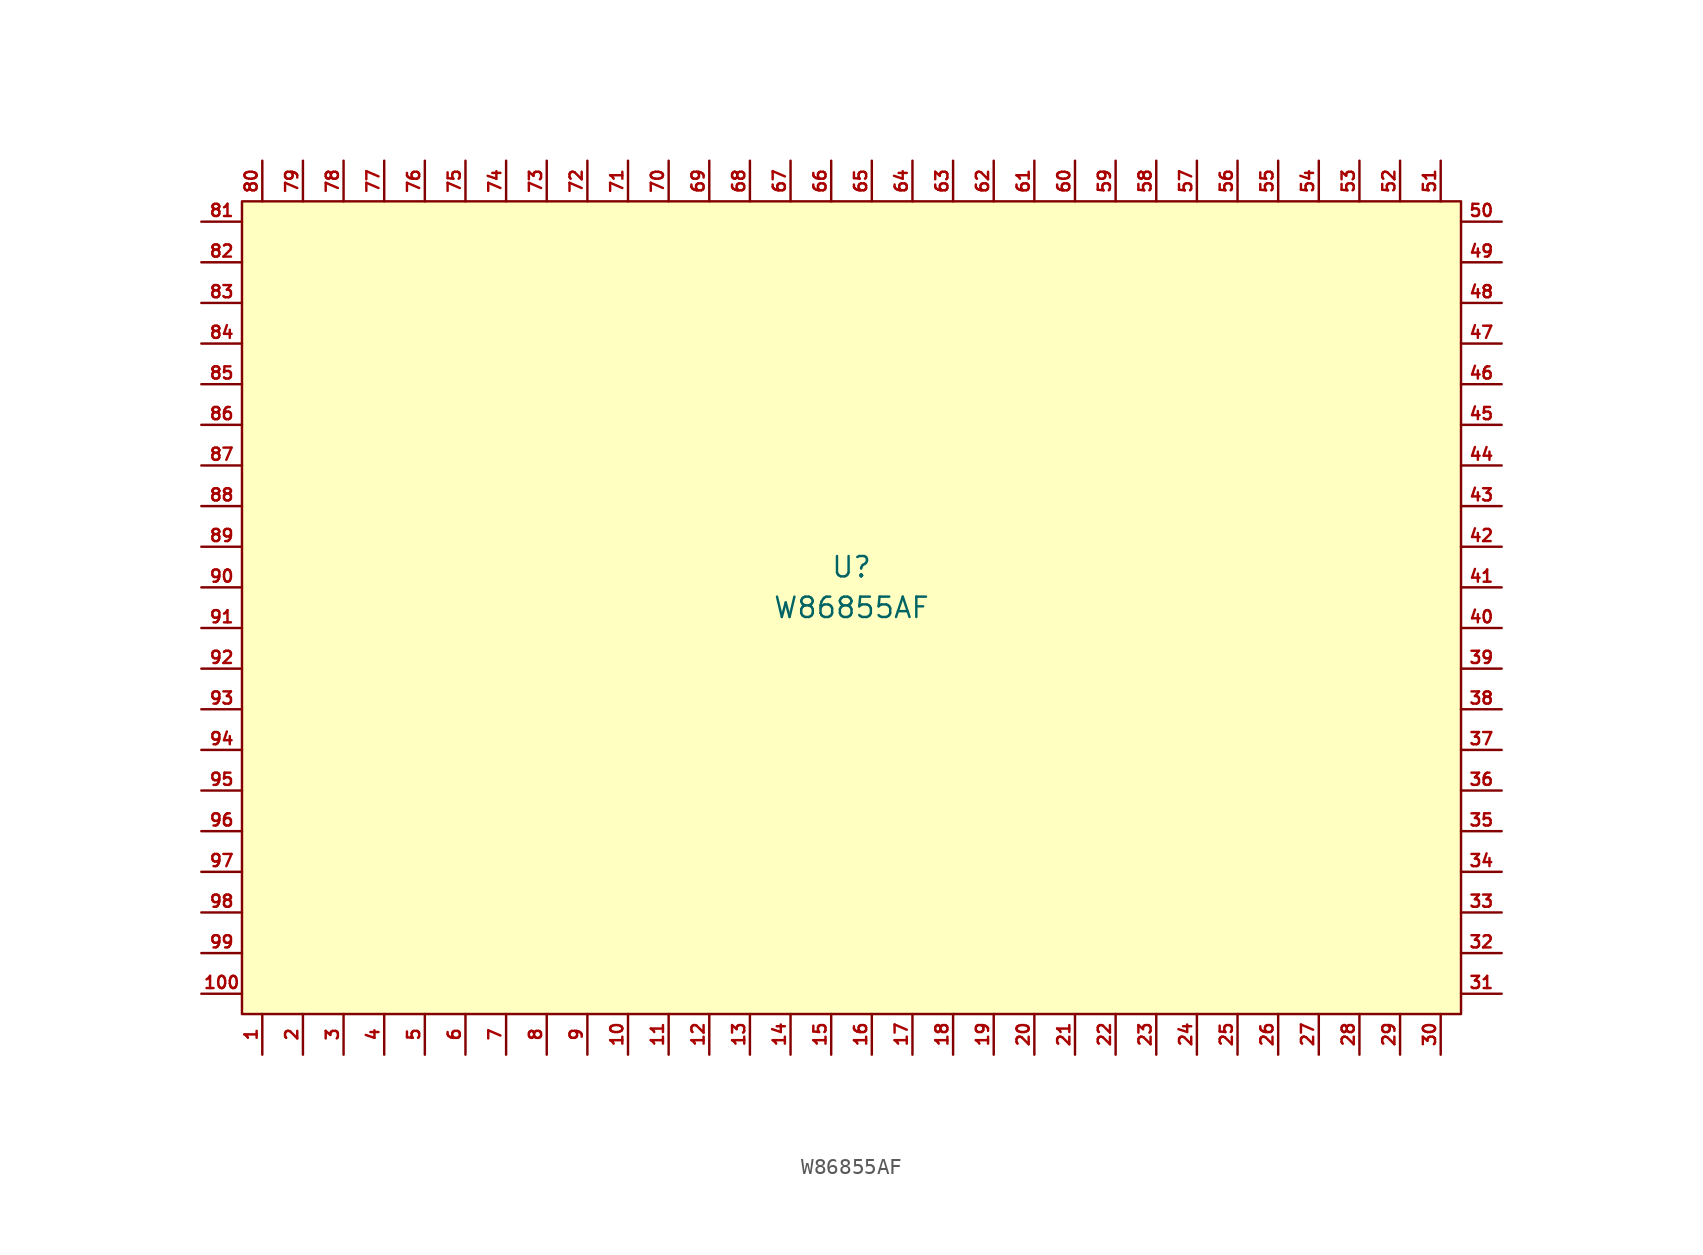
<source format=kicad_sym>
(kicad_symbol_lib
  (version 20231120)
  (generator "kicad_symbol_editor")
  (generator_version "8.0")
  (symbol "W86855AF"
    (property "Reference" "U"
      (at 0 2.54 0)
      (effects (font (size 1.27 1.27))))
    (property "Value" "W86855AF"
      (at 0 0 0)
      (effects (font (size 1.27 1.27))))
    (symbol "W86855AF_1_1"
      (rectangle (start -38.1 25.4) (end 38.1 -25.4) (stroke (width 0) (type default)) (fill (type background)))
      (pin passive line (at -36.83 -27.94 90) (length 2.54) (name "" (effects (font (size 1.27 1.27)))) (number "1" (effects (font (size 0.762 0.762)))))
      (pin passive line (at -13.97 -27.94 90) (length 2.54) (name "" (effects (font (size 1.27 1.27)))) (number "10" (effects (font (size 0.762 0.762)))))
      (pin passive line (at -40.64 -24.13 0) (length 2.54) (name "" (effects (font (size 1.27 1.27)))) (number "100" (effects (font (size 0.762 0.762)))))
      (pin passive line (at -11.43 -27.94 90) (length 2.54) (name "" (effects (font (size 1.27 1.27)))) (number "11" (effects (font (size 0.762 0.762)))))
      (pin passive line (at -8.89 -27.94 90) (length 2.54) (name "" (effects (font (size 1.27 1.27)))) (number "12" (effects (font (size 0.762 0.762)))))
      (pin passive line (at -6.35 -27.94 90) (length 2.54) (name "" (effects (font (size 1.27 1.27)))) (number "13" (effects (font (size 0.762 0.762)))))
      (pin passive line (at -3.81 -27.94 90) (length 2.54) (name "" (effects (font (size 1.27 1.27)))) (number "14" (effects (font (size 0.762 0.762)))))
      (pin passive line (at -1.27 -27.94 90) (length 2.54) (name "" (effects (font (size 1.27 1.27)))) (number "15" (effects (font (size 0.762 0.762)))))
      (pin passive line (at 1.27 -27.94 90) (length 2.54) (name "" (effects (font (size 1.27 1.27)))) (number "16" (effects (font (size 0.762 0.762)))))
      (pin passive line (at 3.81 -27.94 90) (length 2.54) (name "" (effects (font (size 1.27 1.27)))) (number "17" (effects (font (size 0.762 0.762)))))
      (pin passive line (at 6.35 -27.94 90) (length 2.54) (name "" (effects (font (size 1.27 1.27)))) (number "18" (effects (font (size 0.762 0.762)))))
      (pin passive line (at 8.89 -27.94 90) (length 2.54) (name "" (effects (font (size 1.27 1.27)))) (number "19" (effects (font (size 0.762 0.762)))))
      (pin passive line (at -34.29 -27.94 90) (length 2.54) (name "" (effects (font (size 1.27 1.27)))) (number "2" (effects (font (size 0.762 0.762)))))
      (pin passive line (at 11.43 -27.94 90) (length 2.54) (name "" (effects (font (size 1.27 1.27)))) (number "20" (effects (font (size 0.762 0.762)))))
      (pin passive line (at 13.97 -27.94 90) (length 2.54) (name "" (effects (font (size 1.27 1.27)))) (number "21" (effects (font (size 0.762 0.762)))))
      (pin passive line (at 16.51 -27.94 90) (length 2.54) (name "" (effects (font (size 1.27 1.27)))) (number "22" (effects (font (size 0.762 0.762)))))
      (pin passive line (at 19.05 -27.94 90) (length 2.54) (name "" (effects (font (size 1.27 1.27)))) (number "23" (effects (font (size 0.762 0.762)))))
      (pin passive line (at 21.59 -27.94 90) (length 2.54) (name "" (effects (font (size 1.27 1.27)))) (number "24" (effects (font (size 0.762 0.762)))))
      (pin passive line (at 24.13 -27.94 90) (length 2.54) (name "" (effects (font (size 1.27 1.27)))) (number "25" (effects (font (size 0.762 0.762)))))
      (pin passive line (at 26.67 -27.94 90) (length 2.54) (name "" (effects (font (size 1.27 1.27)))) (number "26" (effects (font (size 0.762 0.762)))))
      (pin passive line (at 29.21 -27.94 90) (length 2.54) (name "" (effects (font (size 1.27 1.27)))) (number "27" (effects (font (size 0.762 0.762)))))
      (pin passive line (at 31.75 -27.94 90) (length 2.54) (name "" (effects (font (size 1.27 1.27)))) (number "28" (effects (font (size 0.762 0.762)))))
      (pin passive line (at 34.29 -27.94 90) (length 2.54) (name "" (effects (font (size 1.27 1.27)))) (number "29" (effects (font (size 0.762 0.762)))))
      (pin passive line (at -31.75 -27.94 90) (length 2.54) (name "" (effects (font (size 1.27 1.27)))) (number "3" (effects (font (size 0.762 0.762)))))
      (pin passive line (at 36.83 -27.94 90) (length 2.54) (name "" (effects (font (size 1.27 1.27)))) (number "30" (effects (font (size 0.762 0.762)))))
      (pin passive line (at 40.64 -24.13 180) (length 2.54) (name "" (effects (font (size 1.27 1.27)))) (number "31" (effects (font (size 0.762 0.762)))))
      (pin passive line (at 40.64 -21.59 180) (length 2.54) (name "" (effects (font (size 1.27 1.27)))) (number "32" (effects (font (size 0.762 0.762)))))
      (pin passive line (at 40.64 -19.05 180) (length 2.54) (name "" (effects (font (size 1.27 1.27)))) (number "33" (effects (font (size 0.762 0.762)))))
      (pin passive line (at 40.64 -16.51 180) (length 2.54) (name "" (effects (font (size 1.27 1.27)))) (number "34" (effects (font (size 0.762 0.762)))))
      (pin passive line (at 40.64 -13.97 180) (length 2.54) (name "" (effects (font (size 1.27 1.27)))) (number "35" (effects (font (size 0.762 0.762)))))
      (pin passive line (at 40.64 -11.43 180) (length 2.54) (name "" (effects (font (size 1.27 1.27)))) (number "36" (effects (font (size 0.762 0.762)))))
      (pin passive line (at 40.64 -8.89 180) (length 2.54) (name "" (effects (font (size 1.27 1.27)))) (number "37" (effects (font (size 0.762 0.762)))))
      (pin passive line (at 40.64 -6.35 180) (length 2.54) (name "" (effects (font (size 1.27 1.27)))) (number "38" (effects (font (size 0.762 0.762)))))
      (pin passive line (at 40.64 -3.81 180) (length 2.54) (name "" (effects (font (size 1.27 1.27)))) (number "39" (effects (font (size 0.762 0.762)))))
      (pin passive line (at -29.21 -27.94 90) (length 2.54) (name "" (effects (font (size 1.27 1.27)))) (number "4" (effects (font (size 0.762 0.762)))))
      (pin passive line (at 40.64 -1.27 180) (length 2.54) (name "" (effects (font (size 1.27 1.27)))) (number "40" (effects (font (size 0.762 0.762)))))
      (pin passive line (at 40.64 1.27 180) (length 2.54) (name "" (effects (font (size 1.27 1.27)))) (number "41" (effects (font (size 0.762 0.762)))))
      (pin passive line (at 40.64 3.81 180) (length 2.54) (name "" (effects (font (size 1.27 1.27)))) (number "42" (effects (font (size 0.762 0.762)))))
      (pin passive line (at 40.64 6.35 180) (length 2.54) (name "" (effects (font (size 1.27 1.27)))) (number "43" (effects (font (size 0.762 0.762)))))
      (pin passive line (at 40.64 8.89 180) (length 2.54) (name "" (effects (font (size 1.27 1.27)))) (number "44" (effects (font (size 0.762 0.762)))))
      (pin passive line (at 40.64 11.43 180) (length 2.54) (name "" (effects (font (size 1.27 1.27)))) (number "45" (effects (font (size 0.762 0.762)))))
      (pin passive line (at 40.64 13.97 180) (length 2.54) (name "" (effects (font (size 1.27 1.27)))) (number "46" (effects (font (size 0.762 0.762)))))
      (pin passive line (at 40.64 16.51 180) (length 2.54) (name "" (effects (font (size 1.27 1.27)))) (number "47" (effects (font (size 0.762 0.762)))))
      (pin passive line (at 40.64 19.05 180) (length 2.54) (name "" (effects (font (size 1.27 1.27)))) (number "48" (effects (font (size 0.762 0.762)))))
      (pin passive line (at 40.64 21.59 180) (length 2.54) (name "" (effects (font (size 1.27 1.27)))) (number "49" (effects (font (size 0.762 0.762)))))
      (pin passive line (at -26.67 -27.94 90) (length 2.54) (name "" (effects (font (size 1.27 1.27)))) (number "5" (effects (font (size 0.762 0.762)))))
      (pin passive line (at 40.64 24.13 180) (length 2.54) (name "" (effects (font (size 1.27 1.27)))) (number "50" (effects (font (size 0.762 0.762)))))
      (pin passive line (at 36.83 27.94 270) (length 2.54) (name "" (effects (font (size 1.27 1.27)))) (number "51" (effects (font (size 0.762 0.762)))))
      (pin passive line (at 34.29 27.94 270) (length 2.54) (name "" (effects (font (size 1.27 1.27)))) (number "52" (effects (font (size 0.762 0.762)))))
      (pin passive line (at 31.75 27.94 270) (length 2.54) (name "" (effects (font (size 1.27 1.27)))) (number "53" (effects (font (size 0.762 0.762)))))
      (pin passive line (at 29.21 27.94 270) (length 2.54) (name "" (effects (font (size 1.27 1.27)))) (number "54" (effects (font (size 0.762 0.762)))))
      (pin passive line (at 26.67 27.94 270) (length 2.54) (name "" (effects (font (size 1.27 1.27)))) (number "55" (effects (font (size 0.762 0.762)))))
      (pin passive line (at 24.13 27.94 270) (length 2.54) (name "" (effects (font (size 1.27 1.27)))) (number "56" (effects (font (size 0.762 0.762)))))
      (pin passive line (at 21.59 27.94 270) (length 2.54) (name "" (effects (font (size 1.27 1.27)))) (number "57" (effects (font (size 0.762 0.762)))))
      (pin passive line (at 19.05 27.94 270) (length 2.54) (name "" (effects (font (size 1.27 1.27)))) (number "58" (effects (font (size 0.762 0.762)))))
      (pin passive line (at 16.51 27.94 270) (length 2.54) (name "" (effects (font (size 1.27 1.27)))) (number "59" (effects (font (size 0.762 0.762)))))
      (pin passive line (at -24.13 -27.94 90) (length 2.54) (name "" (effects (font (size 1.27 1.27)))) (number "6" (effects (font (size 0.762 0.762)))))
      (pin passive line (at 13.97 27.94 270) (length 2.54) (name "" (effects (font (size 1.27 1.27)))) (number "60" (effects (font (size 0.762 0.762)))))
      (pin passive line (at 11.43 27.94 270) (length 2.54) (name "" (effects (font (size 1.27 1.27)))) (number "61" (effects (font (size 0.762 0.762)))))
      (pin passive line (at 8.89 27.94 270) (length 2.54) (name "" (effects (font (size 1.27 1.27)))) (number "62" (effects (font (size 0.762 0.762)))))
      (pin passive line (at 6.35 27.94 270) (length 2.54) (name "" (effects (font (size 1.27 1.27)))) (number "63" (effects (font (size 0.762 0.762)))))
      (pin passive line (at 3.81 27.94 270) (length 2.54) (name "" (effects (font (size 1.27 1.27)))) (number "64" (effects (font (size 0.762 0.762)))))
      (pin passive line (at 1.27 27.94 270) (length 2.54) (name "" (effects (font (size 1.27 1.27)))) (number "65" (effects (font (size 0.762 0.762)))))
      (pin passive line (at -1.27 27.94 270) (length 2.54) (name "" (effects (font (size 1.27 1.27)))) (number "66" (effects (font (size 0.762 0.762)))))
      (pin passive line (at -3.81 27.94 270) (length 2.54) (name "" (effects (font (size 1.27 1.27)))) (number "67" (effects (font (size 0.762 0.762)))))
      (pin passive line (at -6.35 27.94 270) (length 2.54) (name "" (effects (font (size 1.27 1.27)))) (number "68" (effects (font (size 0.762 0.762)))))
      (pin passive line (at -8.89 27.94 270) (length 2.54) (name "" (effects (font (size 1.27 1.27)))) (number "69" (effects (font (size 0.762 0.762)))))
      (pin passive line (at -21.59 -27.94 90) (length 2.54) (name "" (effects (font (size 1.27 1.27)))) (number "7" (effects (font (size 0.762 0.762)))))
      (pin passive line (at -11.43 27.94 270) (length 2.54) (name "" (effects (font (size 1.27 1.27)))) (number "70" (effects (font (size 0.762 0.762)))))
      (pin passive line (at -13.97 27.94 270) (length 2.54) (name "" (effects (font (size 1.27 1.27)))) (number "71" (effects (font (size 0.762 0.762)))))
      (pin passive line (at -16.51 27.94 270) (length 2.54) (name "" (effects (font (size 1.27 1.27)))) (number "72" (effects (font (size 0.762 0.762)))))
      (pin passive line (at -19.05 27.94 270) (length 2.54) (name "" (effects (font (size 1.27 1.27)))) (number "73" (effects (font (size 0.762 0.762)))))
      (pin passive line (at -21.59 27.94 270) (length 2.54) (name "" (effects (font (size 1.27 1.27)))) (number "74" (effects (font (size 0.762 0.762)))))
      (pin passive line (at -24.13 27.94 270) (length 2.54) (name "" (effects (font (size 1.27 1.27)))) (number "75" (effects (font (size 0.762 0.762)))))
      (pin passive line (at -26.67 27.94 270) (length 2.54) (name "" (effects (font (size 1.27 1.27)))) (number "76" (effects (font (size 0.762 0.762)))))
      (pin passive line (at -29.21 27.94 270) (length 2.54) (name "" (effects (font (size 1.27 1.27)))) (number "77" (effects (font (size 0.762 0.762)))))
      (pin passive line (at -31.75 27.94 270) (length 2.54) (name "" (effects (font (size 1.27 1.27)))) (number "78" (effects (font (size 0.762 0.762)))))
      (pin passive line (at -34.29 27.94 270) (length 2.54) (name "" (effects (font (size 1.27 1.27)))) (number "79" (effects (font (size 0.762 0.762)))))
      (pin passive line (at -19.05 -27.94 90) (length 2.54) (name "" (effects (font (size 1.27 1.27)))) (number "8" (effects (font (size 0.762 0.762)))))
      (pin passive line (at -36.83 27.94 270) (length 2.54) (name "" (effects (font (size 1.27 1.27)))) (number "80" (effects (font (size 0.762 0.762)))))
      (pin passive line (at -40.64 24.13 0) (length 2.54) (name "" (effects (font (size 1.27 1.27)))) (number "81" (effects (font (size 0.762 0.762)))))
      (pin passive line (at -40.64 21.59 0) (length 2.54) (name "" (effects (font (size 1.27 1.27)))) (number "82" (effects (font (size 0.762 0.762)))))
      (pin passive line (at -40.64 19.05 0) (length 2.54) (name "" (effects (font (size 1.27 1.27)))) (number "83" (effects (font (size 0.762 0.762)))))
      (pin passive line (at -40.64 16.51 0) (length 2.54) (name "" (effects (font (size 1.27 1.27)))) (number "84" (effects (font (size 0.762 0.762)))))
      (pin passive line (at -40.64 13.97 0) (length 2.54) (name "" (effects (font (size 1.27 1.27)))) (number "85" (effects (font (size 0.762 0.762)))))
      (pin passive line (at -40.64 11.43 0) (length 2.54) (name "" (effects (font (size 1.27 1.27)))) (number "86" (effects (font (size 0.762 0.762)))))
      (pin passive line (at -40.64 8.89 0) (length 2.54) (name "" (effects (font (size 1.27 1.27)))) (number "87" (effects (font (size 0.762 0.762)))))
      (pin passive line (at -40.64 6.35 0) (length 2.54) (name "" (effects (font (size 1.27 1.27)))) (number "88" (effects (font (size 0.762 0.762)))))
      (pin passive line (at -40.64 3.81 0) (length 2.54) (name "" (effects (font (size 1.27 1.27)))) (number "89" (effects (font (size 0.762 0.762)))))
      (pin passive line (at -16.51 -27.94 90) (length 2.54) (name "" (effects (font (size 1.27 1.27)))) (number "9" (effects (font (size 0.762 0.762)))))
      (pin passive line (at -40.64 1.27 0) (length 2.54) (name "" (effects (font (size 1.27 1.27)))) (number "90" (effects (font (size 0.762 0.762)))))
      (pin passive line (at -40.64 -1.27 0) (length 2.54) (name "" (effects (font (size 1.27 1.27)))) (number "91" (effects (font (size 0.762 0.762)))))
      (pin passive line (at -40.64 -3.81 0) (length 2.54) (name "" (effects (font (size 1.27 1.27)))) (number "92" (effects (font (size 0.762 0.762)))))
      (pin passive line (at -40.64 -6.35 0) (length 2.54) (name "" (effects (font (size 1.27 1.27)))) (number "93" (effects (font (size 0.762 0.762)))))
      (pin passive line (at -40.64 -8.89 0) (length 2.54) (name "" (effects (font (size 1.27 1.27)))) (number "94" (effects (font (size 0.762 0.762)))))
      (pin passive line (at -40.64 -11.43 0) (length 2.54) (name "" (effects (font (size 1.27 1.27)))) (number "95" (effects (font (size 0.762 0.762)))))
      (pin passive line (at -40.64 -13.97 0) (length 2.54) (name "" (effects (font (size 1.27 1.27)))) (number "96" (effects (font (size 0.762 0.762)))))
      (pin passive line (at -40.64 -16.51 0) (length 2.54) (name "" (effects (font (size 1.27 1.27)))) (number "97" (effects (font (size 0.762 0.762)))))
      (pin passive line (at -40.64 -19.05 0) (length 2.54) (name "" (effects (font (size 1.27 1.27)))) (number "98" (effects (font (size 0.762 0.762)))))
      (pin passive line (at -40.64 -21.59 0) (length 2.54) (name "" (effects (font (size 1.27 1.27)))) (number "99" (effects (font (size 0.762 0.762))))))))
</source>
